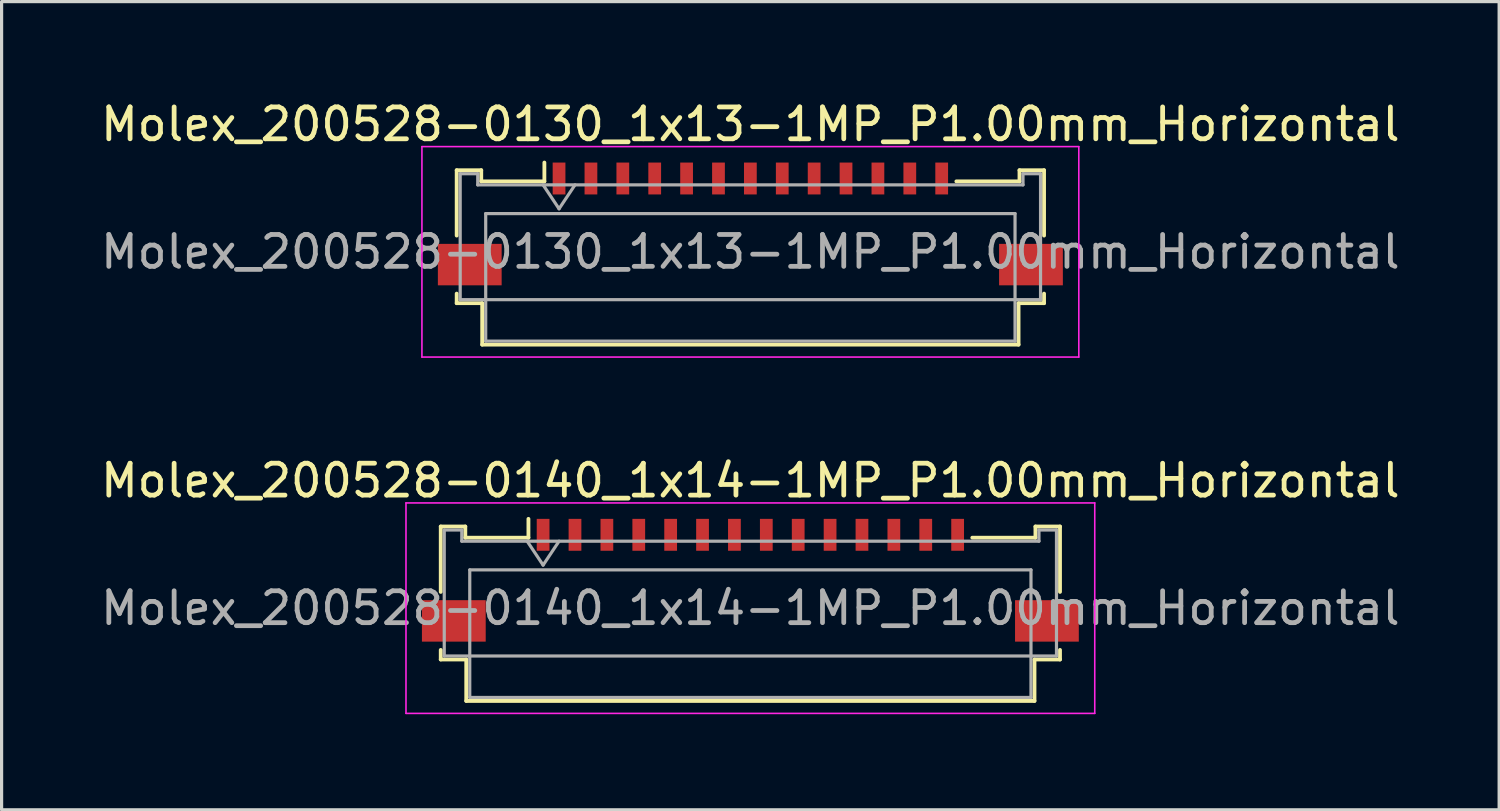
<source format=kicad_pcb>
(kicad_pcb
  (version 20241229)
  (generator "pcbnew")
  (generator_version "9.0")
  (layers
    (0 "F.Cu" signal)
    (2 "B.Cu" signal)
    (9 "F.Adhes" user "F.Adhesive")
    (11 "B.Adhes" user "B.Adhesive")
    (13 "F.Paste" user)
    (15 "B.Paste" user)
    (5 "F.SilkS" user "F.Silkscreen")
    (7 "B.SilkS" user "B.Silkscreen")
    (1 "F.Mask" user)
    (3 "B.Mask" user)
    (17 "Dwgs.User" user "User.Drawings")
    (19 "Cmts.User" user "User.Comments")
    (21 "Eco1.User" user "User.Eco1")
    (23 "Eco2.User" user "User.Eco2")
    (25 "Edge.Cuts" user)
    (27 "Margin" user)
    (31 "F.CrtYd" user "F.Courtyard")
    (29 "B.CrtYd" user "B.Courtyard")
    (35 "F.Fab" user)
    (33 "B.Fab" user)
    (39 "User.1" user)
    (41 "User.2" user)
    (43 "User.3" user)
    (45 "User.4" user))
  (footprint "Molex_200528-0140_1x14-1MP_P1.00mm_Horizontal"
    (layer "F.Cu")
    (at 20.482 14.632)
    (property "Reference" "Molex_200528-0140_1x14-1MP_P1.00mm_Horizontal" (at 0 -2.61 0) (layer "F.SilkS") (effects (font (size 1 1) (thickness 0.15))))
    (attr smd)
    (fp_line (start -9.71 -1.17) (end -9.71 0.88) (stroke (width 0.12) (type solid)) (layer "F.SilkS"))
    (fp_line (start -9.71 2.7) (end -9.71 3) (stroke (width 0.12) (type solid)) (layer "F.SilkS"))
    (fp_line (start -9.71 3) (end -8.91 3) (stroke (width 0.12) (type solid)) (layer "F.SilkS"))
    (fp_line (start -8.94 -1.17) (end -9.71 -1.17) (stroke (width 0.12) (type solid)) (layer "F.SilkS"))
    (fp_line (start -8.94 -0.82) (end -8.94 -1.17) (stroke (width 0.12) (type solid)) (layer "F.SilkS"))
    (fp_line (start -8.91 3) (end -8.91 4.3) (stroke (width 0.12) (type solid)) (layer "F.SilkS"))
    (fp_line (start -8.91 4.3) (end 8.91 4.3) (stroke (width 0.12) (type solid)) (layer "F.SilkS"))
    (fp_line (start -6.96 -1.41) (end -6.96 -0.82) (stroke (width 0.12) (type solid)) (layer "F.SilkS"))
    (fp_line (start -6.96 -0.82) (end -8.94 -0.82) (stroke (width 0.12) (type solid)) (layer "F.SilkS"))
    (fp_line (start 8.91 3) (end 9.71 3) (stroke (width 0.12) (type solid)) (layer "F.SilkS"))
    (fp_line (start 8.91 4.3) (end 8.91 3) (stroke (width 0.12) (type solid)) (layer "F.SilkS"))
    (fp_line (start 8.94 -1.17) (end 8.94 -0.82) (stroke (width 0.12) (type solid)) (layer "F.SilkS"))
    (fp_line (start 8.94 -0.82) (end 6.96 -0.82) (stroke (width 0.12) (type solid)) (layer "F.SilkS"))
    (fp_line (start 9.71 -1.17) (end 8.94 -1.17) (stroke (width 0.12) (type solid)) (layer "F.SilkS"))
    (fp_line (start 9.71 0.88) (end 9.71 -1.17) (stroke (width 0.12) (type solid)) (layer "F.SilkS"))
    (fp_line (start 9.71 3) (end 9.71 2.7) (stroke (width 0.12) (type solid)) (layer "F.SilkS"))
    (fp_line (start -10.8 -1.91) (end -10.8 4.69) (stroke (width 0.05) (type solid)) (layer "F.CrtYd"))
    (fp_line (start -10.8 4.69) (end 10.8 4.69) (stroke (width 0.05) (type solid)) (layer "F.CrtYd"))
    (fp_line (start 10.8 -1.91) (end -10.8 -1.91) (stroke (width 0.05) (type solid)) (layer "F.CrtYd"))
    (fp_line (start 10.8 4.69) (end 10.8 -1.91) (stroke (width 0.05) (type solid)) (layer "F.CrtYd"))
    (fp_line (start -9.6 -1.06) (end -9.6 2.89) (stroke (width 0.1) (type solid)) (layer "F.Fab"))
    (fp_line (start -9.6 2.89) (end 9.6 2.89) (stroke (width 0.1) (type solid)) (layer "F.Fab"))
    (fp_line (start -9.05 -1.06) (end -9.6 -1.06) (stroke (width 0.1) (type solid)) (layer "F.Fab"))
    (fp_line (start -9.05 -0.71) (end -9.05 -1.06) (stroke (width 0.1) (type solid)) (layer "F.Fab"))
    (fp_line (start -8.8 0.19) (end -8.8 4.19) (stroke (width 0.1) (type solid)) (layer "F.Fab"))
    (fp_line (start -8.8 4.19) (end 8.8 4.19) (stroke (width 0.1) (type solid)) (layer "F.Fab"))
    (fp_line (start -7 -0.71) (end -6.5 0.04) (stroke (width 0.1) (type solid)) (layer "F.Fab"))
    (fp_line (start -6.5 0.04) (end -6 -0.71) (stroke (width 0.1) (type solid)) (layer "F.Fab"))
    (fp_line (start 8.8 0.19) (end -8.8 0.19) (stroke (width 0.1) (type solid)) (layer "F.Fab"))
    (fp_line (start 8.8 4.19) (end 8.8 0.19) (stroke (width 0.1) (type solid)) (layer "F.Fab"))
    (fp_line (start 9.05 -1.06) (end 9.05 -0.71) (stroke (width 0.1) (type solid)) (layer "F.Fab"))
    (fp_line (start 9.05 -0.71) (end -9.05 -0.71) (stroke (width 0.1) (type solid)) (layer "F.Fab"))
    (fp_line (start 9.6 -1.06) (end 9.05 -1.06) (stroke (width 0.1) (type solid)) (layer "F.Fab"))
    (fp_line (start 9.6 2.89) (end 9.6 -1.06) (stroke (width 0.1) (type solid)) (layer "F.Fab"))
    (fp_text user "${REFERENCE}" (at 0 1.39 0) (layer "F.Fab") (effects (font (size 1 1) (thickness 0.15))))
    (pad "1" smd rect (at -6.5 -0.91) (size 0.4 1) (layers "F.Cu" "F.Mask" "F.Paste"))
    (pad "2" smd rect (at -5.5 -0.91) (size 0.4 1) (layers "F.Cu" "F.Mask" "F.Paste"))
    (pad "3" smd rect (at -4.5 -0.91) (size 0.4 1) (layers "F.Cu" "F.Mask" "F.Paste"))
    (pad "4" smd rect (at -3.5 -0.91) (size 0.4 1) (layers "F.Cu" "F.Mask" "F.Paste"))
    (pad "5" smd rect (at -2.5 -0.91) (size 0.4 1) (layers "F.Cu" "F.Mask" "F.Paste"))
    (pad "6" smd rect (at -1.5 -0.91) (size 0.4 1) (layers "F.Cu" "F.Mask" "F.Paste"))
    (pad "7" smd rect (at -0.5 -0.91) (size 0.4 1) (layers "F.Cu" "F.Mask" "F.Paste"))
    (pad "8" smd rect (at 0.5 -0.91) (size 0.4 1) (layers "F.Cu" "F.Mask" "F.Paste"))
    (pad "9" smd rect (at 1.5 -0.91) (size 0.4 1) (layers "F.Cu" "F.Mask" "F.Paste"))
    (pad "10" smd rect (at 2.5 -0.91) (size 0.4 1) (layers "F.Cu" "F.Mask" "F.Paste"))
    (pad "11" smd rect (at 3.5 -0.91) (size 0.4 1) (layers "F.Cu" "F.Mask" "F.Paste"))
    (pad "12" smd rect (at 4.5 -0.91) (size 0.4 1) (layers "F.Cu" "F.Mask" "F.Paste"))
    (pad "13" smd rect (at 5.5 -0.91) (size 0.4 1) (layers "F.Cu" "F.Mask" "F.Paste"))
    (pad "14" smd rect (at 6.5 -0.91) (size 0.4 1) (layers "F.Cu" "F.Mask" "F.Paste"))
    (pad "MP" smd rect (at -9.3 1.79) (size 2 1.3) (layers "F.Cu" "F.Mask" "F.Paste"))
    (pad "MP" smd rect (at 9.3 1.79) (size 2 1.3) (layers "F.Cu" "F.Mask" "F.Paste")))
  (footprint "Molex_200528-0130_1x13-1MP_P1.00mm_Horizontal"
    (layer "F.Cu")
    (at 20.482 3.458)
    (property "Reference" "Molex_200528-0130_1x13-1MP_P1.00mm_Horizontal" (at 0 -2.61 0) (layer "F.SilkS") (effects (font (size 1 1) (thickness 0.15))))
    (attr smd)
    (fp_line (start -9.21 -1.17) (end -9.21 0.88) (stroke (width 0.12) (type solid)) (layer "F.SilkS"))
    (fp_line (start -9.21 2.7) (end -9.21 3) (stroke (width 0.12) (type solid)) (layer "F.SilkS"))
    (fp_line (start -9.21 3) (end -8.41 3) (stroke (width 0.12) (type solid)) (layer "F.SilkS"))
    (fp_line (start -8.44 -1.17) (end -9.21 -1.17) (stroke (width 0.12) (type solid)) (layer "F.SilkS"))
    (fp_line (start -8.44 -0.82) (end -8.44 -1.17) (stroke (width 0.12) (type solid)) (layer "F.SilkS"))
    (fp_line (start -8.41 3) (end -8.41 4.3) (stroke (width 0.12) (type solid)) (layer "F.SilkS"))
    (fp_line (start -8.41 4.3) (end 8.41 4.3) (stroke (width 0.12) (type solid)) (layer "F.SilkS"))
    (fp_line (start -6.46 -1.41) (end -6.46 -0.82) (stroke (width 0.12) (type solid)) (layer "F.SilkS"))
    (fp_line (start -6.46 -0.82) (end -8.44 -0.82) (stroke (width 0.12) (type solid)) (layer "F.SilkS"))
    (fp_line (start 8.41 3) (end 9.21 3) (stroke (width 0.12) (type solid)) (layer "F.SilkS"))
    (fp_line (start 8.41 4.3) (end 8.41 3) (stroke (width 0.12) (type solid)) (layer "F.SilkS"))
    (fp_line (start 8.44 -1.17) (end 8.44 -0.82) (stroke (width 0.12) (type solid)) (layer "F.SilkS"))
    (fp_line (start 8.44 -0.82) (end 6.46 -0.82) (stroke (width 0.12) (type solid)) (layer "F.SilkS"))
    (fp_line (start 9.21 -1.17) (end 8.44 -1.17) (stroke (width 0.12) (type solid)) (layer "F.SilkS"))
    (fp_line (start 9.21 0.88) (end 9.21 -1.17) (stroke (width 0.12) (type solid)) (layer "F.SilkS"))
    (fp_line (start 9.21 3) (end 9.21 2.7) (stroke (width 0.12) (type solid)) (layer "F.SilkS"))
    (fp_line (start -10.3 -1.91) (end -10.3 4.69) (stroke (width 0.05) (type solid)) (layer "F.CrtYd"))
    (fp_line (start -10.3 4.69) (end 10.3 4.69) (stroke (width 0.05) (type solid)) (layer "F.CrtYd"))
    (fp_line (start 10.3 -1.91) (end -10.3 -1.91) (stroke (width 0.05) (type solid)) (layer "F.CrtYd"))
    (fp_line (start 10.3 4.69) (end 10.3 -1.91) (stroke (width 0.05) (type solid)) (layer "F.CrtYd"))
    (fp_line (start -9.1 -1.06) (end -9.1 2.89) (stroke (width 0.1) (type solid)) (layer "F.Fab"))
    (fp_line (start -9.1 2.89) (end 9.1 2.89) (stroke (width 0.1) (type solid)) (layer "F.Fab"))
    (fp_line (start -8.55 -1.06) (end -9.1 -1.06) (stroke (width 0.1) (type solid)) (layer "F.Fab"))
    (fp_line (start -8.55 -0.71) (end -8.55 -1.06) (stroke (width 0.1) (type solid)) (layer "F.Fab"))
    (fp_line (start -8.3 0.19) (end -8.3 4.19) (stroke (width 0.1) (type solid)) (layer "F.Fab"))
    (fp_line (start -8.3 4.19) (end 8.3 4.19) (stroke (width 0.1) (type solid)) (layer "F.Fab"))
    (fp_line (start -6.5 -0.71) (end -6 0.04) (stroke (width 0.1) (type solid)) (layer "F.Fab"))
    (fp_line (start -6 0.04) (end -5.5 -0.71) (stroke (width 0.1) (type solid)) (layer "F.Fab"))
    (fp_line (start 8.3 0.19) (end -8.3 0.19) (stroke (width 0.1) (type solid)) (layer "F.Fab"))
    (fp_line (start 8.3 4.19) (end 8.3 0.19) (stroke (width 0.1) (type solid)) (layer "F.Fab"))
    (fp_line (start 8.55 -1.06) (end 8.55 -0.71) (stroke (width 0.1) (type solid)) (layer "F.Fab"))
    (fp_line (start 8.55 -0.71) (end -8.55 -0.71) (stroke (width 0.1) (type solid)) (layer "F.Fab"))
    (fp_line (start 9.1 -1.06) (end 8.55 -1.06) (stroke (width 0.1) (type solid)) (layer "F.Fab"))
    (fp_line (start 9.1 2.89) (end 9.1 -1.06) (stroke (width 0.1) (type solid)) (layer "F.Fab"))
    (fp_text user "${REFERENCE}" (at 0 1.39 0) (layer "F.Fab") (effects (font (size 1 1) (thickness 0.15))))
    (pad "1" smd rect (at -6 -0.91) (size 0.4 1) (layers "F.Cu" "F.Mask" "F.Paste"))
    (pad "2" smd rect (at -5 -0.91) (size 0.4 1) (layers "F.Cu" "F.Mask" "F.Paste"))
    (pad "3" smd rect (at -4 -0.91) (size 0.4 1) (layers "F.Cu" "F.Mask" "F.Paste"))
    (pad "4" smd rect (at -3 -0.91) (size 0.4 1) (layers "F.Cu" "F.Mask" "F.Paste"))
    (pad "5" smd rect (at -2 -0.91) (size 0.4 1) (layers "F.Cu" "F.Mask" "F.Paste"))
    (pad "6" smd rect (at -1 -0.91) (size 0.4 1) (layers "F.Cu" "F.Mask" "F.Paste"))
    (pad "7" smd rect (at 0 -0.91) (size 0.4 1) (layers "F.Cu" "F.Mask" "F.Paste"))
    (pad "8" smd rect (at 1 -0.91) (size 0.4 1) (layers "F.Cu" "F.Mask" "F.Paste"))
    (pad "9" smd rect (at 2 -0.91) (size 0.4 1) (layers "F.Cu" "F.Mask" "F.Paste"))
    (pad "10" smd rect (at 3 -0.91) (size 0.4 1) (layers "F.Cu" "F.Mask" "F.Paste"))
    (pad "11" smd rect (at 4 -0.91) (size 0.4 1) (layers "F.Cu" "F.Mask" "F.Paste"))
    (pad "12" smd rect (at 5 -0.91) (size 0.4 1) (layers "F.Cu" "F.Mask" "F.Paste"))
    (pad "13" smd rect (at 6 -0.91) (size 0.4 1) (layers "F.Cu" "F.Mask" "F.Paste"))
    (pad "MP" smd rect (at -8.8 1.79) (size 2 1.3) (layers "F.Cu" "F.Mask" "F.Paste"))
    (pad "MP" smd rect (at 8.8 1.79) (size 2 1.3) (layers "F.Cu" "F.Mask" "F.Paste")))
  (gr_rect
    (start -3 -3)
    (end 43.964 22.346)
    (stroke (width 0.1) (type default))
    (fill no)
    (layer "Edge.Cuts")))
</source>
